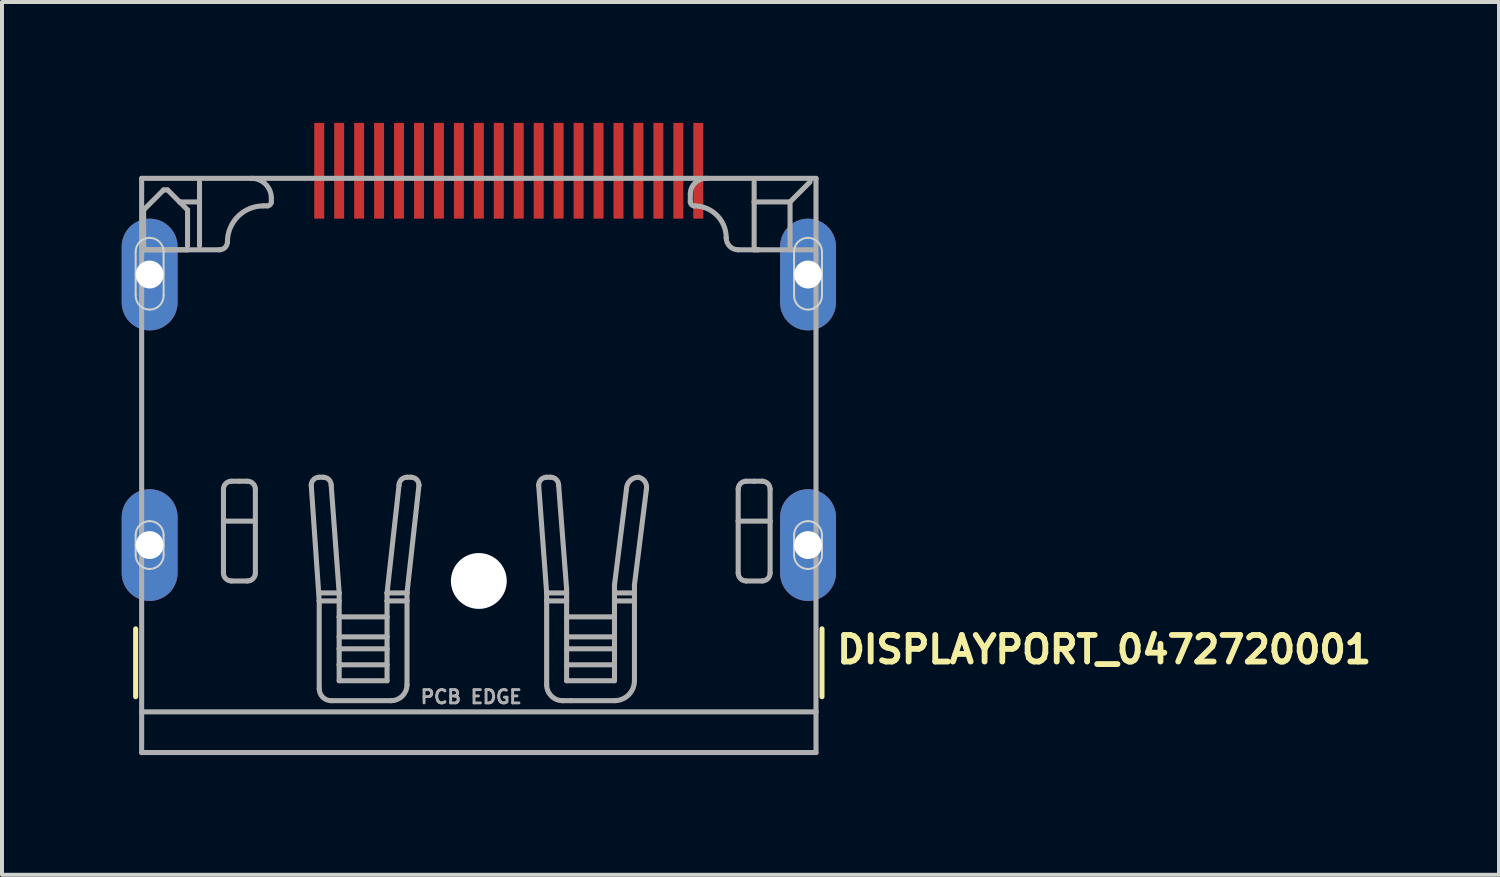
<source format=kicad_pcb>
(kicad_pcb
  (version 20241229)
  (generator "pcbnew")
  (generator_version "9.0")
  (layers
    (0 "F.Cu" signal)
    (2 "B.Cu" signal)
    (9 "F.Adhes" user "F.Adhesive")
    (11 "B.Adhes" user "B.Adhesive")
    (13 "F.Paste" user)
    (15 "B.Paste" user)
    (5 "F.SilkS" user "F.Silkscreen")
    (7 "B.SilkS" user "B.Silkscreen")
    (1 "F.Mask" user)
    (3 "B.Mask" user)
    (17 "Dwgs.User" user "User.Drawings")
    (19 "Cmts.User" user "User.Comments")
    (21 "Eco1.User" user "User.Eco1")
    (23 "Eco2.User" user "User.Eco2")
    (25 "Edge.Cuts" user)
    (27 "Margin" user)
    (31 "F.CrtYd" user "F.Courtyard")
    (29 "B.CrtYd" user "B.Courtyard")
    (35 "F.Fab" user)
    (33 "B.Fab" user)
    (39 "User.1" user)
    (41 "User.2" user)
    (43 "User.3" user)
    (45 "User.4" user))
  (footprint "DISPLAYPORT_0472720001"
    (layer "F.Cu")
    (at 8.95 11.51)
    (property "Reference" "DISPLAYPORT_0472720001" (at 8.9 2.108 0) (layer "F.SilkS") (effects (font (size 0.666 0.666) (thickness 0.146)) (justify left bottom)))
    (fp_poly (pts (xy -4.175 -9.05) (xy -3.825 -9.05) (xy -3.825 -11.51) (xy -4.175 -11.51)) (stroke (width 0) (type default)) (fill yes) (layer "F.Mask"))
    (fp_poly (pts (xy -3.675 -9.05) (xy -3.325 -9.05) (xy -3.325 -11.51) (xy -3.675 -11.51)) (stroke (width 0) (type default)) (fill yes) (layer "F.Mask"))
    (fp_poly (pts (xy -3.175 -9.05) (xy -2.825 -9.05) (xy -2.825 -11.51) (xy -3.175 -11.51)) (stroke (width 0) (type default)) (fill yes) (layer "F.Mask"))
    (fp_poly (pts (xy -2.675 -9.05) (xy -2.325 -9.05) (xy -2.325 -11.51) (xy -2.675 -11.51)) (stroke (width 0) (type default)) (fill yes) (layer "F.Mask"))
    (fp_poly (pts (xy -2.175 -9.05) (xy -1.825 -9.05) (xy -1.825 -11.51) (xy -2.175 -11.51)) (stroke (width 0) (type default)) (fill yes) (layer "F.Mask"))
    (fp_poly (pts (xy -1.675 -9.05) (xy -1.325 -9.05) (xy -1.325 -11.51) (xy -1.675 -11.51)) (stroke (width 0) (type default)) (fill yes) (layer "F.Mask"))
    (fp_poly (pts (xy -1.175 -9.05) (xy -0.825 -9.05) (xy -0.825 -11.51) (xy -1.175 -11.51)) (stroke (width 0) (type default)) (fill yes) (layer "F.Mask"))
    (fp_poly (pts (xy -0.675 -9.05) (xy -0.325 -9.05) (xy -0.325 -11.51) (xy -0.675 -11.51)) (stroke (width 0) (type default)) (fill yes) (layer "F.Mask"))
    (fp_poly (pts (xy -0.175 -9.05) (xy 0.175 -9.05) (xy 0.175 -11.51) (xy -0.175 -11.51)) (stroke (width 0) (type default)) (fill yes) (layer "F.Mask"))
    (fp_poly (pts (xy 0.325 -9.05) (xy 0.675 -9.05) (xy 0.675 -11.51) (xy 0.325 -11.51)) (stroke (width 0) (type default)) (fill yes) (layer "F.Mask"))
    (fp_poly (pts (xy 0.825 -9.05) (xy 1.175 -9.05) (xy 1.175 -11.51) (xy 0.825 -11.51)) (stroke (width 0) (type default)) (fill yes) (layer "F.Mask"))
    (fp_poly (pts (xy 1.325 -9.05) (xy 1.675 -9.05) (xy 1.675 -11.51) (xy 1.325 -11.51)) (stroke (width 0) (type default)) (fill yes) (layer "F.Mask"))
    (fp_poly (pts (xy 1.825 -9.05) (xy 2.175 -9.05) (xy 2.175 -11.51) (xy 1.825 -11.51)) (stroke (width 0) (type default)) (fill yes) (layer "F.Mask"))
    (fp_poly (pts (xy 2.325 -9.05) (xy 2.675 -9.05) (xy 2.675 -11.51) (xy 2.325 -11.51)) (stroke (width 0) (type default)) (fill yes) (layer "F.Mask"))
    (fp_poly (pts (xy 2.825 -9.05) (xy 3.175 -9.05) (xy 3.175 -11.51) (xy 2.825 -11.51)) (stroke (width 0) (type default)) (fill yes) (layer "F.Mask"))
    (fp_poly (pts (xy 3.325 -9.05) (xy 3.675 -9.05) (xy 3.675 -11.51) (xy 3.325 -11.51)) (stroke (width 0) (type default)) (fill yes) (layer "F.Mask"))
    (fp_poly (pts (xy 3.825 -9.05) (xy 4.175 -9.05) (xy 4.175 -11.51) (xy 3.825 -11.51)) (stroke (width 0) (type default)) (fill yes) (layer "F.Mask"))
    (fp_poly (pts (xy 4.325 -9.05) (xy 4.675 -9.05) (xy 4.675 -11.51) (xy 4.325 -11.51)) (stroke (width 0) (type default)) (fill yes) (layer "F.Mask"))
    (fp_poly (pts (xy 4.825 -9.05) (xy 5.175 -9.05) (xy 5.175 -11.51) (xy 4.825 -11.51)) (stroke (width 0) (type default)) (fill yes) (layer "F.Mask"))
    (fp_poly (pts (xy 5.325 -9.05) (xy 5.675 -9.05) (xy 5.675 -11.51) (xy 5.325 -11.51)) (stroke (width 0) (type default)) (fill yes) (layer "F.Mask"))
    (fp_line (start -8.6 2.9) (end -8.6 1.2) (stroke (width 0.127) (type solid)) (layer "F.SilkS"))
    (fp_line (start 8.6 1.2) (end 8.6 2.9) (stroke (width 0.127) (type solid)) (layer "F.SilkS"))
    (fp_line (start -8.6 -7.7) (end -8.6 -8.25) (stroke (width 0.05) (type solid)) (layer "Edge.Cuts"))
    (fp_line (start -8.6 -7.15) (end -8.6 -7.7) (stroke (width 0.05) (type solid)) (layer "Edge.Cuts"))
    (fp_line (start -8.6 -0.9) (end -8.6 -1.15) (stroke (width 0.05) (type solid)) (layer "Edge.Cuts"))
    (fp_line (start -8.6 -0.65) (end -8.6 -0.9) (stroke (width 0.05) (type solid)) (layer "Edge.Cuts"))
    (fp_line (start -7.9 -8.25) (end -7.9 -7.7) (stroke (width 0.05) (type solid)) (layer "Edge.Cuts"))
    (fp_line (start -7.9 -7.7) (end -7.9 -7.15) (stroke (width 0.05) (type solid)) (layer "Edge.Cuts"))
    (fp_line (start -7.9 -1.15) (end -7.9 -0.9) (stroke (width 0.05) (type solid)) (layer "Edge.Cuts"))
    (fp_line (start -7.9 -0.9) (end -7.9 -0.65) (stroke (width 0.05) (type solid)) (layer "Edge.Cuts"))
    (fp_line (start 7.9 -7.7) (end 7.9 -8.25) (stroke (width 0.05) (type solid)) (layer "Edge.Cuts"))
    (fp_line (start 7.9 -7.15) (end 7.9 -7.7) (stroke (width 0.05) (type solid)) (layer "Edge.Cuts"))
    (fp_line (start 7.9 -0.9) (end 7.9 -1.15) (stroke (width 0.05) (type solid)) (layer "Edge.Cuts"))
    (fp_line (start 7.9 -0.65) (end 7.9 -0.9) (stroke (width 0.05) (type solid)) (layer "Edge.Cuts"))
    (fp_line (start 8.6 -8.25) (end 8.6 -7.7) (stroke (width 0.05) (type solid)) (layer "Edge.Cuts"))
    (fp_line (start 8.6 -7.7) (end 8.6 -7.15) (stroke (width 0.05) (type solid)) (layer "Edge.Cuts"))
    (fp_line (start 8.6 -1.15) (end 8.6 -0.9) (stroke (width 0.05) (type solid)) (layer "Edge.Cuts"))
    (fp_line (start 8.6 -0.9) (end 8.6 -0.65) (stroke (width 0.05) (type solid)) (layer "Edge.Cuts"))
    (fp_arc (start -8.6 -8.25) (mid -8.497487 -8.497487) (end -8.25 -8.6) (stroke (width 0.05) (type solid)) (layer "Edge.Cuts"))
    (fp_arc (start -8.6 -1.15) (mid -8.497487 -1.397487) (end -8.25 -1.5) (stroke (width 0.05) (type solid)) (layer "Edge.Cuts"))
    (fp_arc (start -8.25 -8.6) (mid -8.002513 -8.497487) (end -7.9 -8.25) (stroke (width 0.05) (type solid)) (layer "Edge.Cuts"))
    (fp_arc (start -8.25 -6.8) (mid -8.497487 -6.902513) (end -8.6 -7.15) (stroke (width 0.05) (type solid)) (layer "Edge.Cuts"))
    (fp_arc (start -8.25 -1.5) (mid -8.002513 -1.397487) (end -7.9 -1.15) (stroke (width 0.05) (type solid)) (layer "Edge.Cuts"))
    (fp_arc (start -8.25 -0.3) (mid -8.497487 -0.402513) (end -8.6 -0.65) (stroke (width 0.05) (type solid)) (layer "Edge.Cuts"))
    (fp_arc (start -7.9 -7.15) (mid -8.002513 -6.902513) (end -8.25 -6.8) (stroke (width 0.05) (type solid)) (layer "Edge.Cuts"))
    (fp_arc (start -7.9 -0.65) (mid -8.002513 -0.402513) (end -8.25 -0.3) (stroke (width 0.05) (type solid)) (layer "Edge.Cuts"))
    (fp_arc (start 7.9 -8.25) (mid 8.002513 -8.497487) (end 8.25 -8.6) (stroke (width 0.05) (type solid)) (layer "Edge.Cuts"))
    (fp_arc (start 7.9 -1.15) (mid 8.002513 -1.397487) (end 8.25 -1.5) (stroke (width 0.05) (type solid)) (layer "Edge.Cuts"))
    (fp_arc (start 8.25 -8.6) (mid 8.497487 -8.497487) (end 8.6 -8.25) (stroke (width 0.05) (type solid)) (layer "Edge.Cuts"))
    (fp_arc (start 8.25 -6.8) (mid 8.002513 -6.902513) (end 7.9 -7.15) (stroke (width 0.05) (type solid)) (layer "Edge.Cuts"))
    (fp_arc (start 8.25 -1.5) (mid 8.497487 -1.397487) (end 8.6 -1.15) (stroke (width 0.05) (type solid)) (layer "Edge.Cuts"))
    (fp_arc (start 8.25 -0.3) (mid 8.002513 -0.402513) (end 7.9 -0.65) (stroke (width 0.05) (type solid)) (layer "Edge.Cuts"))
    (fp_arc (start 8.6 -7.15) (mid 8.497487 -6.902513) (end 8.25 -6.8) (stroke (width 0.05) (type solid)) (layer "Edge.Cuts"))
    (fp_arc (start 8.6 -0.65) (mid 8.497487 -0.402513) (end 8.25 -0.3) (stroke (width 0.05) (type solid)) (layer "Edge.Cuts"))
    (fp_line (start -8.45 -10.09) (end -5.7 -10.09) (stroke (width 0.127) (type solid)) (layer "F.Fab"))
    (fp_line (start -8.45 3.28) (end -8.45 -10.09) (stroke (width 0.127) (type solid)) (layer "F.Fab"))
    (fp_line (start -8.45 3.28) (end 8.45 3.28) (stroke (width 0.127) (type solid)) (layer "F.Fab"))
    (fp_line (start -8.45 4.3) (end -8.45 3.28) (stroke (width 0.127) (type solid)) (layer "F.Fab"))
    (fp_line (start -8.4 -9.3) (end -8.4 -8.3) (stroke (width 0.127) (type solid)) (layer "F.Fab"))
    (fp_line (start -8.4 -8.3) (end -7.3 -8.3) (stroke (width 0.127) (type solid)) (layer "F.Fab"))
    (fp_line (start -8.4 -8.3) (end -7.3 -8.3) (stroke (width 0.127) (type solid)) (layer "F.Fab"))
    (fp_line (start -7.9 -9.8) (end -8.4 -9.3) (stroke (width 0.127) (type solid)) (layer "F.Fab"))
    (fp_line (start -7.8 -9.8) (end -7.9 -9.8) (stroke (width 0.127) (type solid)) (layer "F.Fab"))
    (fp_line (start -7.5 -9.5) (end -7.8 -9.8) (stroke (width 0.127) (type solid)) (layer "F.Fab"))
    (fp_line (start -7.3 -9.3) (end -7.5 -9.5) (stroke (width 0.127) (type solid)) (layer "F.Fab"))
    (fp_line (start -7.3 -8.4) (end -7.3 -9.3) (stroke (width 0.127) (type solid)) (layer "F.Fab"))
    (fp_line (start -7.3 -8.3) (end -6.5 -8.3) (stroke (width 0.127) (type solid)) (layer "F.Fab"))
    (fp_line (start -7 -9.5) (end -7.5 -9.5) (stroke (width 0.127) (type solid)) (layer "F.Fab"))
    (fp_line (start -7 -9.5) (end -7 -10) (stroke (width 0.127) (type solid)) (layer "F.Fab"))
    (fp_line (start -7 -8.4) (end -7 -9.5) (stroke (width 0.127) (type solid)) (layer "F.Fab"))
    (fp_line (start -6.4 -2.3) (end -6.4 -1.5) (stroke (width 0.127) (type solid)) (layer "F.Fab"))
    (fp_line (start -6.4 -1.5) (end -6.4 -0.2) (stroke (width 0.127) (type solid)) (layer "F.Fab"))
    (fp_line (start -6.4 -1.5) (end -5.6 -1.5) (stroke (width 0.127) (type solid)) (layer "F.Fab"))
    (fp_line (start -6.2 0) (end -5.8 0) (stroke (width 0.127) (type solid)) (layer "F.Fab"))
    (fp_line (start -6 -2.5) (end -6.2 -2.5) (stroke (width 0.127) (type solid)) (layer "F.Fab"))
    (fp_line (start -5.8 -2.5) (end -6 -2.5) (stroke (width 0.127) (type solid)) (layer "F.Fab"))
    (fp_line (start -5.7 -10.09) (end 5.7 -10.09) (stroke (width 0.127) (type solid)) (layer "F.Fab"))
    (fp_line (start -5.6 -1.5) (end -5.6 -2.3) (stroke (width 0.127) (type solid)) (layer "F.Fab"))
    (fp_line (start -5.6 -0.2) (end -5.6 -1.5) (stroke (width 0.127) (type solid)) (layer "F.Fab"))
    (fp_line (start -5.4 -9.4) (end -5.3 -9.4) (stroke (width 0.127) (type solid)) (layer "F.Fab"))
    (fp_line (start -5.2 -9.5) (end -5.2 -9.6) (stroke (width 0.127) (type solid)) (layer "F.Fab"))
    (fp_line (start -4 -2.6) (end -3.9 -2.6) (stroke (width 0.127) (type solid)) (layer "F.Fab"))
    (fp_line (start -4 0.3) (end -3.5 0.3) (stroke (width 0.127) (type solid)) (layer "F.Fab"))
    (fp_line (start -4 0.5) (end -4.2 -2.4) (stroke (width 0.127) (type solid)) (layer "F.Fab"))
    (fp_line (start -4 2.7) (end -4 0.5) (stroke (width 0.127) (type solid)) (layer "F.Fab"))
    (fp_line (start -3.7 -2.4) (end -3.5 0.3) (stroke (width 0.127) (type solid)) (layer "F.Fab"))
    (fp_line (start -3.5 0.3) (end -3.5 0.5) (stroke (width 0.127) (type solid)) (layer "F.Fab"))
    (fp_line (start -3.5 0.5) (end -4 0.5) (stroke (width 0.127) (type solid)) (layer "F.Fab"))
    (fp_line (start -3.5 0.5) (end -3.5 0.9) (stroke (width 0.127) (type solid)) (layer "F.Fab"))
    (fp_line (start -3.5 0.9) (end -3.5 1.4) (stroke (width 0.127) (type solid)) (layer "F.Fab"))
    (fp_line (start -3.5 0.9) (end -2.3 0.9) (stroke (width 0.127) (type solid)) (layer "F.Fab"))
    (fp_line (start -3.5 1.4) (end -3.5 1.7) (stroke (width 0.127) (type solid)) (layer "F.Fab"))
    (fp_line (start -3.5 1.4) (end -2.3 1.4) (stroke (width 0.127) (type solid)) (layer "F.Fab"))
    (fp_line (start -3.5 1.7) (end -3.5 2.1) (stroke (width 0.127) (type solid)) (layer "F.Fab"))
    (fp_line (start -3.5 1.7) (end -2.3 1.7) (stroke (width 0.127) (type solid)) (layer "F.Fab"))
    (fp_line (start -3.5 2.1) (end -3.5 2.5) (stroke (width 0.127) (type solid)) (layer "F.Fab"))
    (fp_line (start -3.5 2.5) (end -2.3 2.5) (stroke (width 0.127) (type solid)) (layer "F.Fab"))
    (fp_line (start -2.3 0.3) (end -2 -2.4) (stroke (width 0.127) (type solid)) (layer "F.Fab"))
    (fp_line (start -2.3 0.3) (end -1.8 0.3) (stroke (width 0.127) (type solid)) (layer "F.Fab"))
    (fp_line (start -2.3 0.5) (end -2.3 0.3) (stroke (width 0.127) (type solid)) (layer "F.Fab"))
    (fp_line (start -2.3 0.9) (end -2.3 0.5) (stroke (width 0.127) (type solid)) (layer "F.Fab"))
    (fp_line (start -2.3 1.4) (end -2.3 0.9) (stroke (width 0.127) (type solid)) (layer "F.Fab"))
    (fp_line (start -2.3 1.7) (end -2.3 1.4) (stroke (width 0.127) (type solid)) (layer "F.Fab"))
    (fp_line (start -2.3 2.1) (end -3.5 2.1) (stroke (width 0.127) (type solid)) (layer "F.Fab"))
    (fp_line (start -2.3 2.1) (end -2.3 1.7) (stroke (width 0.127) (type solid)) (layer "F.Fab"))
    (fp_line (start -2.3 2.5) (end -2.3 2.1) (stroke (width 0.127) (type solid)) (layer "F.Fab"))
    (fp_line (start -2.2 3) (end -3.7 3) (stroke (width 0.127) (type solid)) (layer "F.Fab"))
    (fp_line (start -1.8 -2.6) (end -1.7 -2.6) (stroke (width 0.127) (type solid)) (layer "F.Fab"))
    (fp_line (start -1.8 0.3) (end -1.8 0.5) (stroke (width 0.127) (type solid)) (layer "F.Fab"))
    (fp_line (start -1.8 0.5) (end -2.3 0.5) (stroke (width 0.127) (type solid)) (layer "F.Fab"))
    (fp_line (start -1.8 0.5) (end -1.8 2.6) (stroke (width 0.127) (type solid)) (layer "F.Fab"))
    (fp_line (start -1.5 -2.4) (end -1.8 0.3) (stroke (width 0.127) (type solid)) (layer "F.Fab"))
    (fp_line (start 1.7 -2.6) (end 1.8 -2.6) (stroke (width 0.127) (type solid)) (layer "F.Fab"))
    (fp_line (start 1.7 0.3) (end 1.5 -2.4) (stroke (width 0.127) (type solid)) (layer "F.Fab"))
    (fp_line (start 1.7 0.3) (end 2.2 0.3) (stroke (width 0.127) (type solid)) (layer "F.Fab"))
    (fp_line (start 1.7 0.5) (end 1.7 0.3) (stroke (width 0.127) (type solid)) (layer "F.Fab"))
    (fp_line (start 1.7 0.5) (end 2.2 0.5) (stroke (width 0.127) (type solid)) (layer "F.Fab"))
    (fp_line (start 1.7 2.6) (end 1.7 0.5) (stroke (width 0.127) (type solid)) (layer "F.Fab"))
    (fp_line (start 2 -2.4) (end 2.2 0.2) (stroke (width 0.127) (type solid)) (layer "F.Fab"))
    (fp_line (start 2.2 0.2) (end 2.2 0.3) (stroke (width 0.127) (type solid)) (layer "F.Fab"))
    (fp_line (start 2.2 0.3) (end 2.2 0.5) (stroke (width 0.127) (type solid)) (layer "F.Fab"))
    (fp_line (start 2.2 0.5) (end 2.2 2.5) (stroke (width 0.127) (type solid)) (layer "F.Fab"))
    (fp_line (start 2.2 0.9) (end 3.4 0.9) (stroke (width 0.127) (type solid)) (layer "F.Fab"))
    (fp_line (start 2.2 1.4) (end 3.4 1.4) (stroke (width 0.127) (type solid)) (layer "F.Fab"))
    (fp_line (start 2.2 1.7) (end 3.4 1.7) (stroke (width 0.127) (type solid)) (layer "F.Fab"))
    (fp_line (start 2.2 2.5) (end 3.4 2.5) (stroke (width 0.127) (type solid)) (layer "F.Fab"))
    (fp_line (start 2.3 3) (end 2.1 3) (stroke (width 0.127) (type solid)) (layer "F.Fab"))
    (fp_line (start 3.4 0.1) (end 3.7 -2.3) (stroke (width 0.127) (type solid)) (layer "F.Fab"))
    (fp_line (start 3.4 0.3) (end 3.4 0.1) (stroke (width 0.127) (type solid)) (layer "F.Fab"))
    (fp_line (start 3.4 0.5) (end 3.4 0.3) (stroke (width 0.127) (type solid)) (layer "F.Fab"))
    (fp_line (start 3.4 0.5) (end 3.9 0.5) (stroke (width 0.127) (type solid)) (layer "F.Fab"))
    (fp_line (start 3.4 2.1) (end 2.2 2.1) (stroke (width 0.127) (type solid)) (layer "F.Fab"))
    (fp_line (start 3.4 2.5) (end 3.4 0.5) (stroke (width 0.127) (type solid)) (layer "F.Fab"))
    (fp_line (start 3.4 3) (end 2.3 3) (stroke (width 0.127) (type solid)) (layer "F.Fab"))
    (fp_line (start 3.9 0.1) (end 3.9 0.3) (stroke (width 0.127) (type solid)) (layer "F.Fab"))
    (fp_line (start 3.9 0.3) (end 3.4 0.3) (stroke (width 0.127) (type solid)) (layer "F.Fab"))
    (fp_line (start 3.9 0.3) (end 3.9 0.5) (stroke (width 0.127) (type solid)) (layer "F.Fab"))
    (fp_line (start 3.9 0.5) (end 3.9 2.5) (stroke (width 0.127) (type solid)) (layer "F.Fab"))
    (fp_line (start 4.2 -2.3) (end 3.9 0.1) (stroke (width 0.127) (type solid)) (layer "F.Fab"))
    (fp_line (start 5.3 -9.5) (end 5.3 -9.7) (stroke (width 0.127) (type solid)) (layer "F.Fab"))
    (fp_line (start 5.7 -10.09) (end 8.45 -10.09) (stroke (width 0.127) (type solid)) (layer "F.Fab"))
    (fp_line (start 6.5 -2.3) (end 6.5 -1.5) (stroke (width 0.127) (type solid)) (layer "F.Fab"))
    (fp_line (start 6.5 -1.5) (end 6.5 -0.2) (stroke (width 0.127) (type solid)) (layer "F.Fab"))
    (fp_line (start 6.7 0) (end 7.1 0) (stroke (width 0.127) (type solid)) (layer "F.Fab"))
    (fp_line (start 6.9 -9.5) (end 6.9 -10) (stroke (width 0.127) (type solid)) (layer "F.Fab"))
    (fp_line (start 6.9 -9.5) (end 7.8 -9.5) (stroke (width 0.127) (type solid)) (layer "F.Fab"))
    (fp_line (start 6.9 -8.3) (end 6.9 -9.5) (stroke (width 0.127) (type solid)) (layer "F.Fab"))
    (fp_line (start 6.9 -2.5) (end 6.7 -2.5) (stroke (width 0.127) (type solid)) (layer "F.Fab"))
    (fp_line (start 7 -8.3) (end 6.5 -8.3) (stroke (width 0.127) (type solid)) (layer "F.Fab"))
    (fp_line (start 7 -8.3) (end 6.9 -8.3) (stroke (width 0.127) (type solid)) (layer "F.Fab"))
    (fp_line (start 7.1 -2.5) (end 6.9 -2.5) (stroke (width 0.127) (type solid)) (layer "F.Fab"))
    (fp_line (start 7.3 -1.5) (end 6.5 -1.5) (stroke (width 0.127) (type solid)) (layer "F.Fab"))
    (fp_line (start 7.3 -1.5) (end 7.3 -2.3) (stroke (width 0.127) (type solid)) (layer "F.Fab"))
    (fp_line (start 7.3 -0.2) (end 7.3 -1.5) (stroke (width 0.127) (type solid)) (layer "F.Fab"))
    (fp_line (start 7.8 -9.5) (end 7.8 -8.3) (stroke (width 0.127) (type solid)) (layer "F.Fab"))
    (fp_line (start 7.8 -9.5) (end 8.3 -10) (stroke (width 0.127) (type solid)) (layer "F.Fab"))
    (fp_line (start 7.8 -8.3) (end 7 -8.3) (stroke (width 0.127) (type solid)) (layer "F.Fab"))
    (fp_line (start 7.8 -8.3) (end 8.4 -8.3) (stroke (width 0.127) (type solid)) (layer "F.Fab"))
    (fp_line (start 8.45 -10.09) (end 8.45 3.28) (stroke (width 0.127) (type solid)) (layer "F.Fab"))
    (fp_line (start 8.45 3.28) (end 8.45 4.3) (stroke (width 0.127) (type solid)) (layer "F.Fab"))
    (fp_line (start 8.45 4.3) (end -8.45 4.3) (stroke (width 0.127) (type solid)) (layer "F.Fab"))
    (fp_arc (start -6.4 -2.3) (mid -6.341421 -2.441421) (end -6.2 -2.5) (stroke (width 0.127) (type solid)) (layer "F.Fab"))
    (fp_arc (start -6.3 -8.5) (mid -6.358579 -8.358579) (end -6.5 -8.3) (stroke (width 0.127) (type solid)) (layer "F.Fab"))
    (fp_arc (start -6.3 -8.5) (mid -6.036396 -9.136396) (end -5.4 -9.4) (stroke (width 0.127) (type solid)) (layer "F.Fab"))
    (fp_arc (start -6.2 0) (mid -6.341421 -0.058579) (end -6.4 -0.2) (stroke (width 0.127) (type solid)) (layer "F.Fab"))
    (fp_arc (start -5.8 -2.5) (mid -5.658579 -2.441421) (end -5.6 -2.3) (stroke (width 0.127) (type solid)) (layer "F.Fab"))
    (fp_arc (start -5.7 -10.09) (mid -5.348518 -9.948553) (end -5.2 -9.6) (stroke (width 0.127) (type solid)) (layer "F.Fab"))
    (fp_arc (start -5.6 -0.2) (mid -5.658579 -0.058579) (end -5.8 0) (stroke (width 0.127) (type solid)) (layer "F.Fab"))
    (fp_arc (start -5.2 -9.5) (mid -5.229289 -9.429289) (end -5.3 -9.4) (stroke (width 0.127) (type solid)) (layer "F.Fab"))
    (fp_arc (start -4.2 -2.4) (mid -4.141421 -2.541421) (end -4 -2.6) (stroke (width 0.127) (type solid)) (layer "F.Fab"))
    (fp_arc (start -3.9 -2.6) (mid -3.758579 -2.541421) (end -3.7 -2.4) (stroke (width 0.127) (type solid)) (layer "F.Fab"))
    (fp_arc (start -3.7 3) (mid -3.912132 2.912132) (end -4 2.7) (stroke (width 0.127) (type solid)) (layer "F.Fab"))
    (fp_arc (start -2 -2.4) (mid -1.941421 -2.541421) (end -1.8 -2.6) (stroke (width 0.127) (type solid)) (layer "F.Fab"))
    (fp_arc (start -1.8 2.6) (mid -1.917157 2.882843) (end -2.2 3) (stroke (width 0.127) (type solid)) (layer "F.Fab"))
    (fp_arc (start -1.7 -2.6) (mid -1.558579 -2.541421) (end -1.5 -2.4) (stroke (width 0.127) (type solid)) (layer "F.Fab"))
    (fp_arc (start 1.5 -2.4) (mid 1.558579 -2.541421) (end 1.7 -2.6) (stroke (width 0.127) (type solid)) (layer "F.Fab"))
    (fp_arc (start 1.8 -2.6) (mid 1.941421 -2.541421) (end 2 -2.4) (stroke (width 0.127) (type solid)) (layer "F.Fab"))
    (fp_arc (start 2.1 3) (mid 1.817157 2.882843) (end 1.7 2.6) (stroke (width 0.127) (type solid)) (layer "F.Fab"))
    (fp_arc (start 3.7 -2.3) (mid 3.787868 -2.512132) (end 4 -2.6) (stroke (width 0.127) (type solid)) (layer "F.Fab"))
    (fp_arc (start 3.9 2.5) (mid 3.753553 2.853553) (end 3.4 3) (stroke (width 0.127) (type solid)) (layer "F.Fab"))
    (fp_arc (start 4 -2.6) (mid 4.162132 -2.491421) (end 4.2 -2.3) (stroke (width 0.127) (type solid)) (layer "F.Fab"))
    (fp_arc (start 5.3 -9.7) (mid 5.419228 -9.977843) (end 5.7 -10.09) (stroke (width 0.127) (type solid)) (layer "F.Fab"))
    (fp_arc (start 5.4 -9.4) (mid 5.329289 -9.429289) (end 5.3 -9.5) (stroke (width 0.127) (type solid)) (layer "F.Fab"))
    (fp_arc (start 5.4 -9.4) (mid 5.965685 -9.165685) (end 6.2 -8.6) (stroke (width 0.127) (type solid)) (layer "F.Fab"))
    (fp_arc (start 6.5 -8.3) (mid 6.287868 -8.387868) (end 6.2 -8.6) (stroke (width 0.127) (type solid)) (layer "F.Fab"))
    (fp_arc (start 6.5 -2.3) (mid 6.558579 -2.441421) (end 6.7 -2.5) (stroke (width 0.127) (type solid)) (layer "F.Fab"))
    (fp_arc (start 6.7 0) (mid 6.558579 -0.058579) (end 6.5 -0.2) (stroke (width 0.127) (type solid)) (layer "F.Fab"))
    (fp_arc (start 7.1 -2.5) (mid 7.241421 -2.441421) (end 7.3 -2.3) (stroke (width 0.127) (type solid)) (layer "F.Fab"))
    (fp_arc (start 7.3 -0.2) (mid 7.241421 -0.058579) (end 7.1 0) (stroke (width 0.127) (type solid)) (layer "F.Fab"))
    (fp_text user "PCB EDGE" (at -1.5 3.1 0) (layer "F.Fab") (effects (font (size 0.333 0.333) (thickness 0.073)) (justify left bottom)))
    (pad "" np_thru_hole circle (at 0 0) (size 1.4 1.4) (drill 1.4) (layers "*.Cu" "*.Mask"))
    (pad "1" smd rect (at 5.5 -10.28) (size 0.25 2.4) (layers "F.Cu" "F.Paste"))
    (pad "2" smd rect (at 5 -10.28) (size 0.25 2.4) (layers "F.Cu" "F.Paste"))
    (pad "3" smd rect (at 4.5 -10.28) (size 0.25 2.4) (layers "F.Cu" "F.Paste"))
    (pad "4" smd rect (at 4 -10.28) (size 0.25 2.4) (layers "F.Cu" "F.Paste"))
    (pad "5" smd rect (at 3.5 -10.28) (size 0.25 2.4) (layers "F.Cu" "F.Paste"))
    (pad "6" smd rect (at 3 -10.28) (size 0.25 2.4) (layers "F.Cu" "F.Paste"))
    (pad "7" smd rect (at 2.5 -10.28) (size 0.25 2.4) (layers "F.Cu" "F.Paste"))
    (pad "8" smd rect (at 2 -10.28) (size 0.25 2.4) (layers "F.Cu" "F.Paste"))
    (pad "9" smd rect (at 1.5 -10.28) (size 0.25 2.4) (layers "F.Cu" "F.Paste"))
    (pad "10" smd rect (at 1 -10.28) (size 0.25 2.4) (layers "F.Cu" "F.Paste"))
    (pad "11" smd rect (at 0.5 -10.28) (size 0.25 2.4) (layers "F.Cu" "F.Paste"))
    (pad "12" smd rect (at 0 -10.28) (size 0.25 2.4) (layers "F.Cu" "F.Paste"))
    (pad "13" smd rect (at -0.5 -10.28) (size 0.25 2.4) (layers "F.Cu" "F.Paste"))
    (pad "14" smd rect (at -1 -10.28) (size 0.25 2.4) (layers "F.Cu" "F.Paste"))
    (pad "15" smd rect (at -1.5 -10.28) (size 0.25 2.4) (layers "F.Cu" "F.Paste"))
    (pad "16" smd rect (at -2 -10.28) (size 0.25 2.4) (layers "F.Cu" "F.Paste"))
    (pad "17" smd rect (at -2.5 -10.28) (size 0.25 2.4) (layers "F.Cu" "F.Paste"))
    (pad "18" smd rect (at -3 -10.28) (size 0.25 2.4) (layers "F.Cu" "F.Paste"))
    (pad "19" smd rect (at -3.5 -10.28) (size 0.25 2.4) (layers "F.Cu" "F.Paste"))
    (pad "20" smd rect (at -4 -10.28) (size 0.25 2.4) (layers "F.Cu" "F.Paste"))
    (pad "P$2" thru_hole oval (at 8.25 -0.9 90) (size 2.8 1.4) (drill 0.7) (layers "*.Cu" "*.Mask"))
    (pad "P$3" thru_hole oval (at -8.25 -0.9 90) (size 2.8 1.4) (drill 0.7) (layers "*.Cu" "*.Mask"))
    (pad "P$4" thru_hole oval (at 8.25 -7.68 90) (size 2.8 1.4) (drill 0.7) (layers "*.Cu" "*.Mask"))
    (pad "P$5" thru_hole oval (at -8.25 -7.68 90) (size 2.8 1.4) (drill 0.7) (layers "*.Cu" "*.Mask")))
  (gr_rect
    (start -3 -3)
    (end 34.517 18.873)
    (stroke (width 0.1) (type default))
    (fill no)
    (layer "Edge.Cuts")))
</source>
